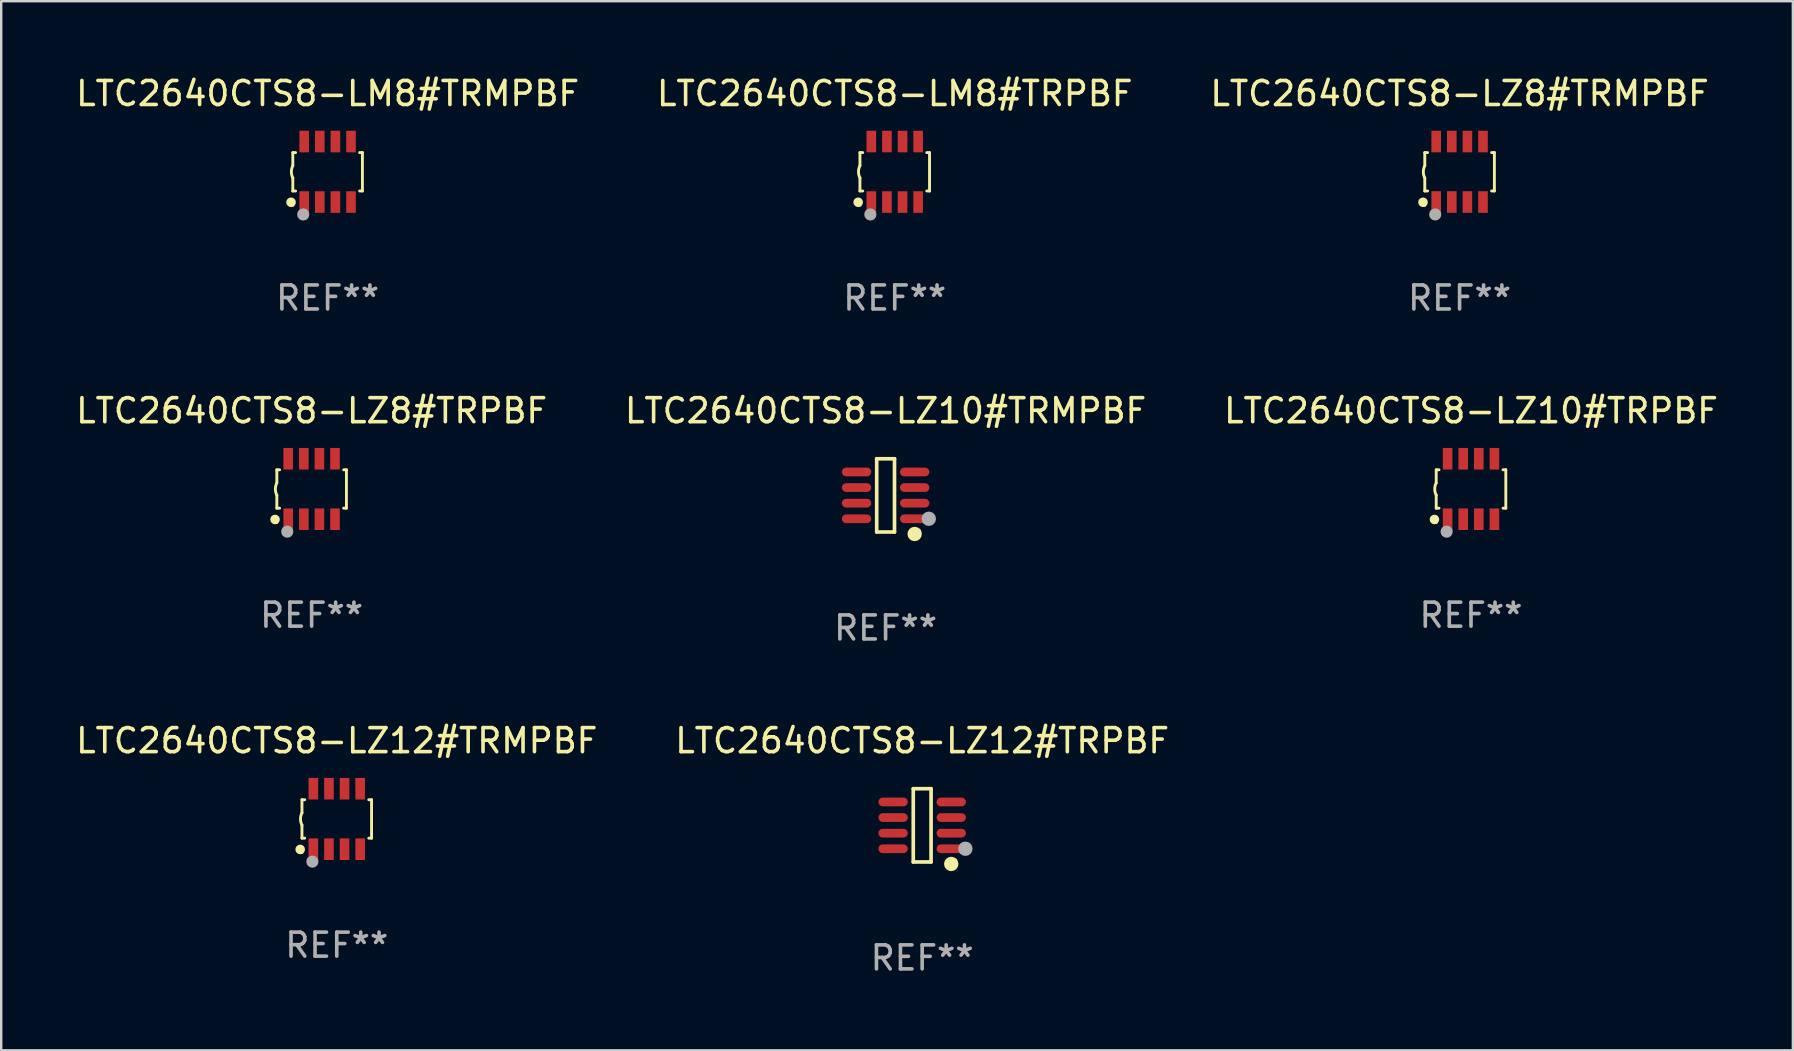
<source format=kicad_pcb>
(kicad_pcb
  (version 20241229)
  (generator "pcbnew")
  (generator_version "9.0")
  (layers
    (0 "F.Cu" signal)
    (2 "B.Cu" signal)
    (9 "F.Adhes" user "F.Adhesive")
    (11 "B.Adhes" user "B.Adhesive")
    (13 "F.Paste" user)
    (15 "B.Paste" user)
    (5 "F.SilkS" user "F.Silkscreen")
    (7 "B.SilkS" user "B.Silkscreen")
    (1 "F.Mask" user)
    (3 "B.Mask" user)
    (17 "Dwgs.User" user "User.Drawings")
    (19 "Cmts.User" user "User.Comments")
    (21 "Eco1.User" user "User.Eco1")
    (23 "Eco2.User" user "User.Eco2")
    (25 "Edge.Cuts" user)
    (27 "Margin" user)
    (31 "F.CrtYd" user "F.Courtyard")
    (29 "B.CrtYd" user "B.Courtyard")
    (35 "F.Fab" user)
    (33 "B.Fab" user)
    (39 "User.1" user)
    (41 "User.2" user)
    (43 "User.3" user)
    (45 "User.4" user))
  (footprint "LTC2640CTS8-LM8#TRMPBF"
    (layer "F.Cu")
    (at 10.601 4.108)
    (property "Reference" "LTC2640CTS8-LM8#TRMPBF" (at 0 -3.26 0) (layer "F.SilkS") (effects (font (size 1 1) (thickness 0.15))))
    (attr through_hole)
    (fp_line (start -1.45 -0.8) (end -1.45 -0.254) (stroke (width 0.12) (type solid)) (layer "F.SilkS"))
    (fp_line (start -1.45 -0.8) (end -1.334 -0.8) (stroke (width 0.12) (type solid)) (layer "F.SilkS"))
    (fp_line (start -1.45 0.8) (end -1.45 0.254) (stroke (width 0.12) (type solid)) (layer "F.SilkS"))
    (fp_line (start -1.45 0.8) (end -1.334 0.8) (stroke (width 0.12) (type solid)) (layer "F.SilkS"))
    (fp_line (start 1.334 -0.8) (end 1.45 -0.8) (stroke (width 0.12) (type solid)) (layer "F.SilkS"))
    (fp_line (start 1.334 0.8) (end 1.45 0.8) (stroke (width 0.12) (type solid)) (layer "F.SilkS"))
    (fp_line (start 1.45 0.8) (end 1.45 -0.8) (stroke (width 0.12) (type solid)) (layer "F.SilkS"))
    (fp_arc (start -1.45075 0.255144) (mid -1.510605 0.000434) (end -1.450013 -0.254102) (stroke (width 0.11999) (type solid)) (layer "F.SilkS"))
    (fp_circle (center -1.524 1.27) (end -1.424 1.27) (stroke (width 0.2) (type solid)) (fill no) (layer "F.SilkS"))
    (fp_circle (center -1.45 1.4) (end -1.42 1.4) (stroke (width 0.06) (type solid)) (fill no) (layer "F.SilkS"))
    (fp_circle (center -1.016 1.778) (end -0.889 1.778) (stroke (width 0.254) (type solid)) (fill no) (layer "F.Fab"))
    (fp_text user "REF**" (at 0 5.26 0) (layer "F.Fab") (effects (font (size 1 1) (thickness 0.15))))
    (pad "1" smd rect (at -0.975 1.26) (size 0.4 0.9) (layers "F.Cu" "F.Mask" "F.Paste"))
    (pad "2" smd rect (at -0.325 1.26) (size 0.4 0.9) (layers "F.Cu" "F.Mask" "F.Paste"))
    (pad "3" smd rect (at 0.325 1.26) (size 0.4 0.9) (layers "F.Cu" "F.Mask" "F.Paste"))
    (pad "4" smd rect (at 0.975 1.26) (size 0.4 0.9) (layers "F.Cu" "F.Mask" "F.Paste"))
    (pad "5" smd rect (at 0.975 -1.26) (size 0.4 0.9) (layers "F.Cu" "F.Mask" "F.Paste"))
    (pad "6" smd rect (at 0.325 -1.26) (size 0.4 0.9) (layers "F.Cu" "F.Mask" "F.Paste"))
    (pad "7" smd rect (at -0.325 -1.26) (size 0.4 0.9) (layers "F.Cu" "F.Mask" "F.Paste"))
    (pad "8" smd rect (at -0.975 -1.26) (size 0.4 0.9) (layers "F.Cu" "F.Mask" "F.Paste")))
  (footprint "LTC2640CTS8-LZ10#TRPBF"
    (layer "F.Cu")
    (at 58.244 17.325)
    (property "Reference" "LTC2640CTS8-LZ10#TRPBF" (at 0 -3.26 0) (layer "F.SilkS") (effects (font (size 1 1) (thickness 0.15))))
    (attr through_hole)
    (fp_line (start -1.45 -0.8) (end -1.45 -0.254) (stroke (width 0.12) (type solid)) (layer "F.SilkS"))
    (fp_line (start -1.45 -0.8) (end -1.334 -0.8) (stroke (width 0.12) (type solid)) (layer "F.SilkS"))
    (fp_line (start -1.45 0.8) (end -1.45 0.254) (stroke (width 0.12) (type solid)) (layer "F.SilkS"))
    (fp_line (start -1.45 0.8) (end -1.334 0.8) (stroke (width 0.12) (type solid)) (layer "F.SilkS"))
    (fp_line (start 1.334 -0.8) (end 1.45 -0.8) (stroke (width 0.12) (type solid)) (layer "F.SilkS"))
    (fp_line (start 1.334 0.8) (end 1.45 0.8) (stroke (width 0.12) (type solid)) (layer "F.SilkS"))
    (fp_line (start 1.45 0.8) (end 1.45 -0.8) (stroke (width 0.12) (type solid)) (layer "F.SilkS"))
    (fp_arc (start -1.45075 0.255144) (mid -1.510605 0.000434) (end -1.450013 -0.254102) (stroke (width 0.11999) (type solid)) (layer "F.SilkS"))
    (fp_circle (center -1.524 1.27) (end -1.424 1.27) (stroke (width 0.2) (type solid)) (fill no) (layer "F.SilkS"))
    (fp_circle (center -1.45 1.4) (end -1.42 1.4) (stroke (width 0.06) (type solid)) (fill no) (layer "F.SilkS"))
    (fp_circle (center -1.016 1.778) (end -0.889 1.778) (stroke (width 0.254) (type solid)) (fill no) (layer "F.Fab"))
    (fp_text user "REF**" (at 0 5.26 0) (layer "F.Fab") (effects (font (size 1 1) (thickness 0.15))))
    (pad "1" smd rect (at -0.975 1.26) (size 0.4 0.9) (layers "F.Cu" "F.Mask" "F.Paste"))
    (pad "2" smd rect (at -0.325 1.26) (size 0.4 0.9) (layers "F.Cu" "F.Mask" "F.Paste"))
    (pad "3" smd rect (at 0.325 1.26) (size 0.4 0.9) (layers "F.Cu" "F.Mask" "F.Paste"))
    (pad "4" smd rect (at 0.975 1.26) (size 0.4 0.9) (layers "F.Cu" "F.Mask" "F.Paste"))
    (pad "5" smd rect (at 0.975 -1.26) (size 0.4 0.9) (layers "F.Cu" "F.Mask" "F.Paste"))
    (pad "6" smd rect (at 0.325 -1.26) (size 0.4 0.9) (layers "F.Cu" "F.Mask" "F.Paste"))
    (pad "7" smd rect (at -0.325 -1.26) (size 0.4 0.9) (layers "F.Cu" "F.Mask" "F.Paste"))
    (pad "8" smd rect (at -0.975 -1.26) (size 0.4 0.9) (layers "F.Cu" "F.Mask" "F.Paste")))
  (footprint "LTC2640CTS8-LM8#TRPBF"
    (layer "F.Cu")
    (at 34.232 4.108)
    (property "Reference" "LTC2640CTS8-LM8#TRPBF" (at 0 -3.26 0) (layer "F.SilkS") (effects (font (size 1 1) (thickness 0.15))))
    (attr through_hole)
    (fp_line (start -1.45 -0.8) (end -1.45 -0.254) (stroke (width 0.12) (type solid)) (layer "F.SilkS"))
    (fp_line (start -1.45 -0.8) (end -1.334 -0.8) (stroke (width 0.12) (type solid)) (layer "F.SilkS"))
    (fp_line (start -1.45 0.8) (end -1.45 0.254) (stroke (width 0.12) (type solid)) (layer "F.SilkS"))
    (fp_line (start -1.45 0.8) (end -1.334 0.8) (stroke (width 0.12) (type solid)) (layer "F.SilkS"))
    (fp_line (start 1.334 -0.8) (end 1.45 -0.8) (stroke (width 0.12) (type solid)) (layer "F.SilkS"))
    (fp_line (start 1.334 0.8) (end 1.45 0.8) (stroke (width 0.12) (type solid)) (layer "F.SilkS"))
    (fp_line (start 1.45 0.8) (end 1.45 -0.8) (stroke (width 0.12) (type solid)) (layer "F.SilkS"))
    (fp_arc (start -1.45075 0.255144) (mid -1.510605 0.000434) (end -1.450013 -0.254102) (stroke (width 0.11999) (type solid)) (layer "F.SilkS"))
    (fp_circle (center -1.524 1.27) (end -1.424 1.27) (stroke (width 0.2) (type solid)) (fill no) (layer "F.SilkS"))
    (fp_circle (center -1.45 1.4) (end -1.42 1.4) (stroke (width 0.06) (type solid)) (fill no) (layer "F.SilkS"))
    (fp_circle (center -1.016 1.778) (end -0.889 1.778) (stroke (width 0.254) (type solid)) (fill no) (layer "F.Fab"))
    (fp_text user "REF**" (at 0 5.26 0) (layer "F.Fab") (effects (font (size 1 1) (thickness 0.15))))
    (pad "1" smd rect (at -0.975 1.26) (size 0.4 0.9) (layers "F.Cu" "F.Mask" "F.Paste"))
    (pad "2" smd rect (at -0.325 1.26) (size 0.4 0.9) (layers "F.Cu" "F.Mask" "F.Paste"))
    (pad "3" smd rect (at 0.325 1.26) (size 0.4 0.9) (layers "F.Cu" "F.Mask" "F.Paste"))
    (pad "4" smd rect (at 0.975 1.26) (size 0.4 0.9) (layers "F.Cu" "F.Mask" "F.Paste"))
    (pad "5" smd rect (at 0.975 -1.26) (size 0.4 0.9) (layers "F.Cu" "F.Mask" "F.Paste"))
    (pad "6" smd rect (at 0.325 -1.26) (size 0.4 0.9) (layers "F.Cu" "F.Mask" "F.Paste"))
    (pad "7" smd rect (at -0.325 -1.26) (size 0.4 0.9) (layers "F.Cu" "F.Mask" "F.Paste"))
    (pad "8" smd rect (at -0.975 -1.26) (size 0.4 0.9) (layers "F.Cu" "F.Mask" "F.Paste")))
  (footprint "LTC2640CTS8-LZ8#TRPBF"
    (layer "F.Cu")
    (at 9.935 17.325)
    (property "Reference" "LTC2640CTS8-LZ8#TRPBF" (at 0 -3.26 0) (layer "F.SilkS") (effects (font (size 1 1) (thickness 0.15))))
    (attr through_hole)
    (fp_line (start -1.45 -0.8) (end -1.45 -0.254) (stroke (width 0.12) (type solid)) (layer "F.SilkS"))
    (fp_line (start -1.45 -0.8) (end -1.334 -0.8) (stroke (width 0.12) (type solid)) (layer "F.SilkS"))
    (fp_line (start -1.45 0.8) (end -1.45 0.254) (stroke (width 0.12) (type solid)) (layer "F.SilkS"))
    (fp_line (start -1.45 0.8) (end -1.334 0.8) (stroke (width 0.12) (type solid)) (layer "F.SilkS"))
    (fp_line (start 1.334 -0.8) (end 1.45 -0.8) (stroke (width 0.12) (type solid)) (layer "F.SilkS"))
    (fp_line (start 1.334 0.8) (end 1.45 0.8) (stroke (width 0.12) (type solid)) (layer "F.SilkS"))
    (fp_line (start 1.45 0.8) (end 1.45 -0.8) (stroke (width 0.12) (type solid)) (layer "F.SilkS"))
    (fp_arc (start -1.45075 0.255144) (mid -1.510605 0.000434) (end -1.450013 -0.254102) (stroke (width 0.11999) (type solid)) (layer "F.SilkS"))
    (fp_circle (center -1.524 1.27) (end -1.424 1.27) (stroke (width 0.2) (type solid)) (fill no) (layer "F.SilkS"))
    (fp_circle (center -1.45 1.4) (end -1.42 1.4) (stroke (width 0.06) (type solid)) (fill no) (layer "F.SilkS"))
    (fp_circle (center -1.016 1.778) (end -0.889 1.778) (stroke (width 0.254) (type solid)) (fill no) (layer "F.Fab"))
    (fp_text user "REF**" (at 0 5.26 0) (layer "F.Fab") (effects (font (size 1 1) (thickness 0.15))))
    (pad "1" smd rect (at -0.975 1.26) (size 0.4 0.9) (layers "F.Cu" "F.Mask" "F.Paste"))
    (pad "2" smd rect (at -0.325 1.26) (size 0.4 0.9) (layers "F.Cu" "F.Mask" "F.Paste"))
    (pad "3" smd rect (at 0.325 1.26) (size 0.4 0.9) (layers "F.Cu" "F.Mask" "F.Paste"))
    (pad "4" smd rect (at 0.975 1.26) (size 0.4 0.9) (layers "F.Cu" "F.Mask" "F.Paste"))
    (pad "5" smd rect (at 0.975 -1.26) (size 0.4 0.9) (layers "F.Cu" "F.Mask" "F.Paste"))
    (pad "6" smd rect (at 0.325 -1.26) (size 0.4 0.9) (layers "F.Cu" "F.Mask" "F.Paste"))
    (pad "7" smd rect (at -0.325 -1.26) (size 0.4 0.9) (layers "F.Cu" "F.Mask" "F.Paste"))
    (pad "8" smd rect (at -0.975 -1.26) (size 0.4 0.9) (layers "F.Cu" "F.Mask" "F.Paste")))
  (footprint "LTC2640CTS8-LZ8#TRMPBF"
    (layer "F.Cu")
    (at 57.768 4.108)
    (property "Reference" "LTC2640CTS8-LZ8#TRMPBF" (at 0 -3.26 0) (layer "F.SilkS") (effects (font (size 1 1) (thickness 0.15))))
    (attr through_hole)
    (fp_line (start -1.45 -0.8) (end -1.45 -0.254) (stroke (width 0.12) (type solid)) (layer "F.SilkS"))
    (fp_line (start -1.45 -0.8) (end -1.334 -0.8) (stroke (width 0.12) (type solid)) (layer "F.SilkS"))
    (fp_line (start -1.45 0.8) (end -1.45 0.254) (stroke (width 0.12) (type solid)) (layer "F.SilkS"))
    (fp_line (start -1.45 0.8) (end -1.334 0.8) (stroke (width 0.12) (type solid)) (layer "F.SilkS"))
    (fp_line (start 1.334 -0.8) (end 1.45 -0.8) (stroke (width 0.12) (type solid)) (layer "F.SilkS"))
    (fp_line (start 1.334 0.8) (end 1.45 0.8) (stroke (width 0.12) (type solid)) (layer "F.SilkS"))
    (fp_line (start 1.45 0.8) (end 1.45 -0.8) (stroke (width 0.12) (type solid)) (layer "F.SilkS"))
    (fp_arc (start -1.45075 0.255144) (mid -1.510605 0.000434) (end -1.450013 -0.254102) (stroke (width 0.11999) (type solid)) (layer "F.SilkS"))
    (fp_circle (center -1.524 1.27) (end -1.424 1.27) (stroke (width 0.2) (type solid)) (fill no) (layer "F.SilkS"))
    (fp_circle (center -1.45 1.4) (end -1.42 1.4) (stroke (width 0.06) (type solid)) (fill no) (layer "F.SilkS"))
    (fp_circle (center -1.016 1.778) (end -0.889 1.778) (stroke (width 0.254) (type solid)) (fill no) (layer "F.Fab"))
    (fp_text user "REF**" (at 0 5.26 0) (layer "F.Fab") (effects (font (size 1 1) (thickness 0.15))))
    (pad "1" smd rect (at -0.975 1.26) (size 0.4 0.9) (layers "F.Cu" "F.Mask" "F.Paste"))
    (pad "2" smd rect (at -0.325 1.26) (size 0.4 0.9) (layers "F.Cu" "F.Mask" "F.Paste"))
    (pad "3" smd rect (at 0.325 1.26) (size 0.4 0.9) (layers "F.Cu" "F.Mask" "F.Paste"))
    (pad "4" smd rect (at 0.975 1.26) (size 0.4 0.9) (layers "F.Cu" "F.Mask" "F.Paste"))
    (pad "5" smd rect (at 0.975 -1.26) (size 0.4 0.9) (layers "F.Cu" "F.Mask" "F.Paste"))
    (pad "6" smd rect (at 0.325 -1.26) (size 0.4 0.9) (layers "F.Cu" "F.Mask" "F.Paste"))
    (pad "7" smd rect (at -0.325 -1.26) (size 0.4 0.9) (layers "F.Cu" "F.Mask" "F.Paste"))
    (pad "8" smd rect (at -0.975 -1.26) (size 0.4 0.9) (layers "F.Cu" "F.Mask" "F.Paste")))
  (footprint "LTC2640CTS8-LZ12#TRPBF"
    (layer "F.Cu")
    (at 35.375 31.34)
    (property "Reference" "LTC2640CTS8-LZ12#TRPBF" (at 0 -3.526 0) (layer "F.SilkS") (effects (font (size 1 1) (thickness 0.15))))
    (attr through_hole)
    (fp_line (start -0.371 -1.526) (end 0.371 -1.526) (stroke (width 0.152) (type solid)) (layer "F.SilkS"))
    (fp_line (start -0.371 1.526) (end -0.371 -1.526) (stroke (width 0.152) (type solid)) (layer "F.SilkS"))
    (fp_line (start 0.371 -1.526) (end 0.371 1.526) (stroke (width 0.152) (type solid)) (layer "F.SilkS"))
    (fp_line (start 0.371 1.526) (end -0.371 1.526) (stroke (width 0.152) (type solid)) (layer "F.SilkS"))
    (fp_circle (center 1.211 1.609) (end 1.361 1.609) (stroke (width 0.3) (type solid)) (fill no) (layer "F.SilkS"))
    (fp_circle (center 1.4 1.45) (end 1.43 1.45) (stroke (width 0.06) (type solid)) (fill no) (layer "F.SilkS"))
    (fp_circle (center 1.8 0.975) (end 1.95 0.975) (stroke (width 0.3) (type solid)) (fill no) (layer "F.Fab"))
    (fp_text user "REF**" (at 0 5.526 0) (layer "F.Fab") (effects (font (size 1 1) (thickness 0.15))))
    (pad "1" smd oval (at 1.211 0.975) (size 1.222 0.364) (layers "F.Cu" "F.Mask" "F.Paste"))
    (pad "2" smd oval (at 1.211 0.325) (size 1.222 0.364) (layers "F.Cu" "F.Mask" "F.Paste"))
    (pad "3" smd oval (at 1.211 -0.325) (size 1.222 0.364) (layers "F.Cu" "F.Mask" "F.Paste"))
    (pad "4" smd oval (at 1.211 -0.975) (size 1.222 0.364) (layers "F.Cu" "F.Mask" "F.Paste"))
    (pad "5" smd oval (at -1.211 -0.975) (size 1.222 0.364) (layers "F.Cu" "F.Mask" "F.Paste"))
    (pad "6" smd oval (at -1.211 -0.325) (size 1.222 0.364) (layers "F.Cu" "F.Mask" "F.Paste"))
    (pad "7" smd oval (at -1.211 0.325) (size 1.222 0.364) (layers "F.Cu" "F.Mask" "F.Paste"))
    (pad "8" smd oval (at -1.211 0.975) (size 1.222 0.364) (layers "F.Cu" "F.Mask" "F.Paste")))
  (footprint "LTC2640CTS8-LZ12#TRMPBF"
    (layer "F.Cu")
    (at 10.982 31.074)
    (property "Reference" "LTC2640CTS8-LZ12#TRMPBF" (at 0 -3.26 0) (layer "F.SilkS") (effects (font (size 1 1) (thickness 0.15))))
    (attr through_hole)
    (fp_line (start -1.45 -0.8) (end -1.45 -0.254) (stroke (width 0.12) (type solid)) (layer "F.SilkS"))
    (fp_line (start -1.45 -0.8) (end -1.334 -0.8) (stroke (width 0.12) (type solid)) (layer "F.SilkS"))
    (fp_line (start -1.45 0.8) (end -1.45 0.254) (stroke (width 0.12) (type solid)) (layer "F.SilkS"))
    (fp_line (start -1.45 0.8) (end -1.334 0.8) (stroke (width 0.12) (type solid)) (layer "F.SilkS"))
    (fp_line (start 1.334 -0.8) (end 1.45 -0.8) (stroke (width 0.12) (type solid)) (layer "F.SilkS"))
    (fp_line (start 1.334 0.8) (end 1.45 0.8) (stroke (width 0.12) (type solid)) (layer "F.SilkS"))
    (fp_line (start 1.45 0.8) (end 1.45 -0.8) (stroke (width 0.12) (type solid)) (layer "F.SilkS"))
    (fp_arc (start -1.45075 0.255144) (mid -1.510605 0.000434) (end -1.450013 -0.254102) (stroke (width 0.11999) (type solid)) (layer "F.SilkS"))
    (fp_circle (center -1.524 1.27) (end -1.424 1.27) (stroke (width 0.2) (type solid)) (fill no) (layer "F.SilkS"))
    (fp_circle (center -1.45 1.4) (end -1.42 1.4) (stroke (width 0.06) (type solid)) (fill no) (layer "F.SilkS"))
    (fp_circle (center -1.016 1.778) (end -0.889 1.778) (stroke (width 0.254) (type solid)) (fill no) (layer "F.Fab"))
    (fp_text user "REF**" (at 0 5.26 0) (layer "F.Fab") (effects (font (size 1 1) (thickness 0.15))))
    (pad "1" smd rect (at -0.975 1.26) (size 0.4 0.9) (layers "F.Cu" "F.Mask" "F.Paste"))
    (pad "2" smd rect (at -0.325 1.26) (size 0.4 0.9) (layers "F.Cu" "F.Mask" "F.Paste"))
    (pad "3" smd rect (at 0.325 1.26) (size 0.4 0.9) (layers "F.Cu" "F.Mask" "F.Paste"))
    (pad "4" smd rect (at 0.975 1.26) (size 0.4 0.9) (layers "F.Cu" "F.Mask" "F.Paste"))
    (pad "5" smd rect (at 0.975 -1.26) (size 0.4 0.9) (layers "F.Cu" "F.Mask" "F.Paste"))
    (pad "6" smd rect (at 0.325 -1.26) (size 0.4 0.9) (layers "F.Cu" "F.Mask" "F.Paste"))
    (pad "7" smd rect (at -0.325 -1.26) (size 0.4 0.9) (layers "F.Cu" "F.Mask" "F.Paste"))
    (pad "8" smd rect (at -0.975 -1.26) (size 0.4 0.9) (layers "F.Cu" "F.Mask" "F.Paste")))
  (footprint "LTC2640CTS8-LZ10#TRMPBF"
    (layer "F.Cu")
    (at 33.851 17.591)
    (property "Reference" "LTC2640CTS8-LZ10#TRMPBF" (at 0 -3.526 0) (layer "F.SilkS") (effects (font (size 1 1) (thickness 0.15))))
    (attr through_hole)
    (fp_line (start -0.371 -1.526) (end 0.371 -1.526) (stroke (width 0.152) (type solid)) (layer "F.SilkS"))
    (fp_line (start -0.371 1.526) (end -0.371 -1.526) (stroke (width 0.152) (type solid)) (layer "F.SilkS"))
    (fp_line (start 0.371 -1.526) (end 0.371 1.526) (stroke (width 0.152) (type solid)) (layer "F.SilkS"))
    (fp_line (start 0.371 1.526) (end -0.371 1.526) (stroke (width 0.152) (type solid)) (layer "F.SilkS"))
    (fp_circle (center 1.211 1.609) (end 1.361 1.609) (stroke (width 0.3) (type solid)) (fill no) (layer "F.SilkS"))
    (fp_circle (center 1.4 1.45) (end 1.43 1.45) (stroke (width 0.06) (type solid)) (fill no) (layer "F.SilkS"))
    (fp_circle (center 1.8 0.975) (end 1.95 0.975) (stroke (width 0.3) (type solid)) (fill no) (layer "F.Fab"))
    (fp_text user "REF**" (at 0 5.526 0) (layer "F.Fab") (effects (font (size 1 1) (thickness 0.15))))
    (pad "1" smd oval (at 1.211 0.975) (size 1.222 0.364) (layers "F.Cu" "F.Mask" "F.Paste"))
    (pad "2" smd oval (at 1.211 0.325) (size 1.222 0.364) (layers "F.Cu" "F.Mask" "F.Paste"))
    (pad "3" smd oval (at 1.211 -0.325) (size 1.222 0.364) (layers "F.Cu" "F.Mask" "F.Paste"))
    (pad "4" smd oval (at 1.211 -0.975) (size 1.222 0.364) (layers "F.Cu" "F.Mask" "F.Paste"))
    (pad "5" smd oval (at -1.211 -0.975) (size 1.222 0.364) (layers "F.Cu" "F.Mask" "F.Paste"))
    (pad "6" smd oval (at -1.211 -0.325) (size 1.222 0.364) (layers "F.Cu" "F.Mask" "F.Paste"))
    (pad "7" smd oval (at -1.211 0.325) (size 1.222 0.364) (layers "F.Cu" "F.Mask" "F.Paste"))
    (pad "8" smd oval (at -1.211 0.975) (size 1.222 0.364) (layers "F.Cu" "F.Mask" "F.Paste")))
  (gr_rect
    (start -3 -3)
    (end 71.655 40.714)
    (stroke (width 0.1) (type default))
    (fill no)
    (layer "Edge.Cuts")))
</source>
